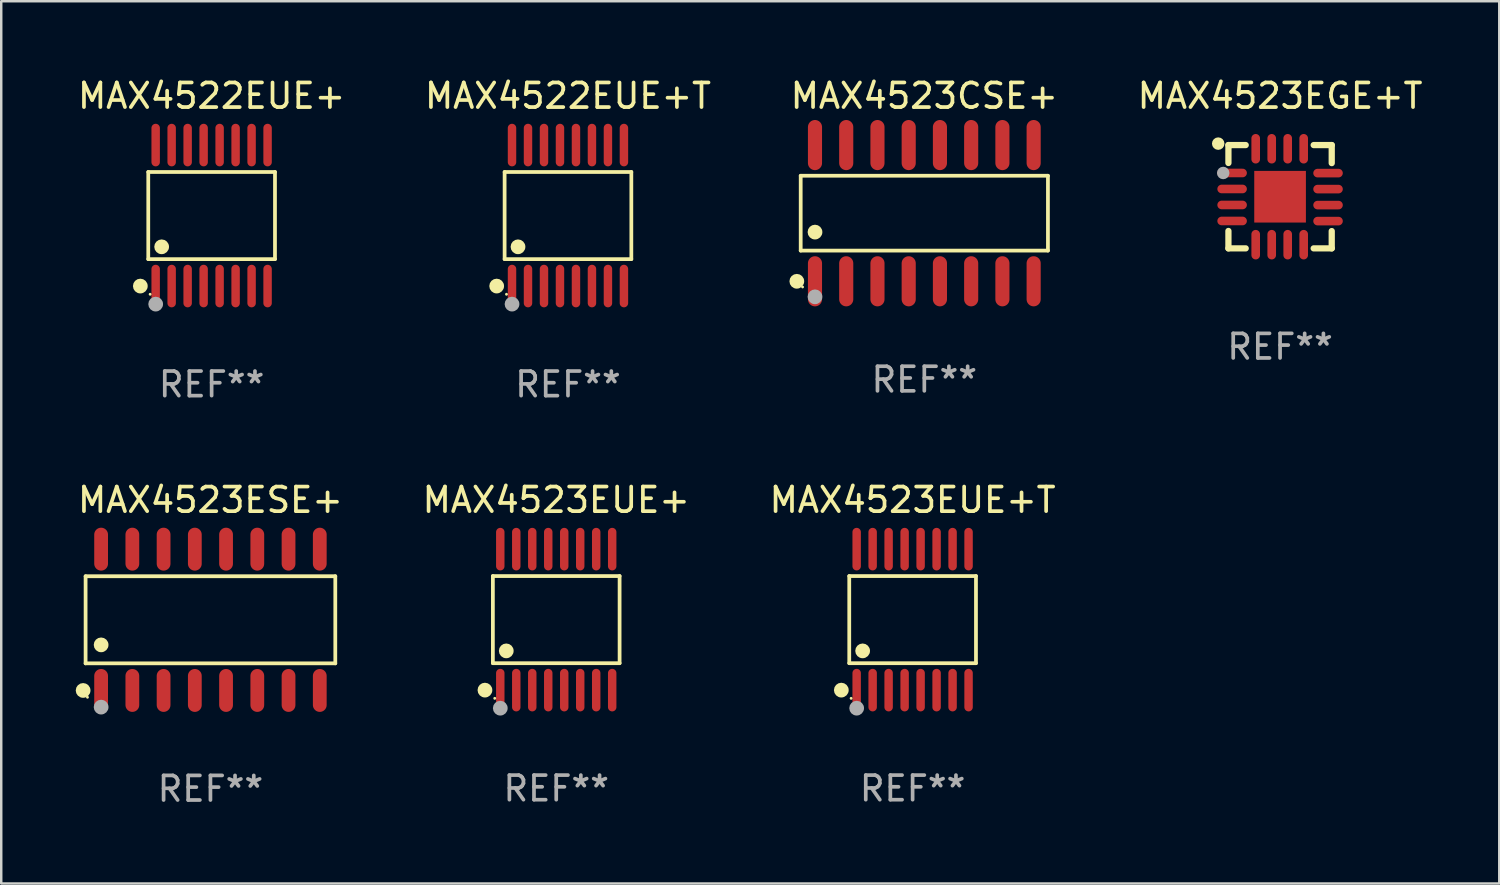
<source format=kicad_pcb>
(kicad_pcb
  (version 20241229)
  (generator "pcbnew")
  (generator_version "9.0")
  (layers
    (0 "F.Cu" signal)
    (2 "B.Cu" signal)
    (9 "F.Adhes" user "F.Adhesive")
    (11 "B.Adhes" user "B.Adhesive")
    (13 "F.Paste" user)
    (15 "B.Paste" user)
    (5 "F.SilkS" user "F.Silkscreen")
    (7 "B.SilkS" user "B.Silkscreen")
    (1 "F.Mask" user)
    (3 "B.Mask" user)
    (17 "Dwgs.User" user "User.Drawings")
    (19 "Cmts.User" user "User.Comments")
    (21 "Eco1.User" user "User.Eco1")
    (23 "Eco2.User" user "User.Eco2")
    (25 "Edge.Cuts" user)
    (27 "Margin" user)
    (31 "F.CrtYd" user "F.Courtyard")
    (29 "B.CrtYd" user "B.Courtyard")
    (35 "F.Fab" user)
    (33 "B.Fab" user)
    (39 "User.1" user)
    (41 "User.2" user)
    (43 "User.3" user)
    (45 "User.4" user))
  (footprint "MAX4522EUE+"
    (layer "F.Cu")
    (at 5.554 5.714)
    (property "Reference" "MAX4522EUE+" (at 0 -4.866 0) (layer "F.SilkS") (effects (font (size 1 1) (thickness 0.15))))
    (attr through_hole)
    (fp_line (start -2.576 -1.772) (end 2.576 -1.772) (stroke (width 0.152) (type solid)) (layer "F.SilkS"))
    (fp_line (start -2.576 1.771) (end -2.576 -1.772) (stroke (width 0.152) (type solid)) (layer "F.SilkS"))
    (fp_line (start 2.576 -1.772) (end 2.576 1.771) (stroke (width 0.152) (type solid)) (layer "F.SilkS"))
    (fp_line (start 2.576 1.771) (end -2.576 1.771) (stroke (width 0.152) (type solid)) (layer "F.SilkS"))
    (fp_circle (center -2.899 2.866) (end -2.749 2.866) (stroke (width 0.3) (type solid)) (fill no) (layer "F.SilkS"))
    (fp_circle (center -2.5 3.2) (end -2.47 3.2) (stroke (width 0.06) (type solid)) (fill no) (layer "F.SilkS"))
    (fp_circle (center -2.032 1.27) (end -1.882 1.27) (stroke (width 0.3) (type solid)) (fill no) (layer "F.SilkS"))
    (fp_circle (center -2.275 3.6) (end -2.125 3.6) (stroke (width 0.3) (type solid)) (fill no) (layer "F.Fab"))
    (fp_text user "REF**" (at 0 6.866 0) (layer "F.Fab") (effects (font (size 1 1) (thickness 0.15))))
    (pad "1" smd oval (at -2.275 2.866) (size 0.343 1.731) (layers "F.Cu" "F.Mask" "F.Paste"))
    (pad "2" smd oval (at -1.625 2.866) (size 0.343 1.731) (layers "F.Cu" "F.Mask" "F.Paste"))
    (pad "3" smd oval (at -0.975 2.866) (size 0.343 1.731) (layers "F.Cu" "F.Mask" "F.Paste"))
    (pad "4" smd oval (at -0.325 2.866) (size 0.343 1.731) (layers "F.Cu" "F.Mask" "F.Paste"))
    (pad "5" smd oval (at 0.325 2.866) (size 0.343 1.731) (layers "F.Cu" "F.Mask" "F.Paste"))
    (pad "6" smd oval (at 0.975 2.866) (size 0.343 1.731) (layers "F.Cu" "F.Mask" "F.Paste"))
    (pad "7" smd oval (at 1.625 2.866) (size 0.343 1.731) (layers "F.Cu" "F.Mask" "F.Paste"))
    (pad "8" smd oval (at 2.275 2.866) (size 0.343 1.731) (layers "F.Cu" "F.Mask" "F.Paste"))
    (pad "9" smd oval (at 2.275 -2.866) (size 0.343 1.731) (layers "F.Cu" "F.Mask" "F.Paste"))
    (pad "10" smd oval (at 1.625 -2.866) (size 0.343 1.731) (layers "F.Cu" "F.Mask" "F.Paste"))
    (pad "11" smd oval (at 0.975 -2.866) (size 0.343 1.731) (layers "F.Cu" "F.Mask" "F.Paste"))
    (pad "12" smd oval (at 0.325 -2.866) (size 0.343 1.731) (layers "F.Cu" "F.Mask" "F.Paste"))
    (pad "13" smd oval (at -0.325 -2.866) (size 0.343 1.731) (layers "F.Cu" "F.Mask" "F.Paste"))
    (pad "14" smd oval (at -0.975 -2.866) (size 0.343 1.731) (layers "F.Cu" "F.Mask" "F.Paste"))
    (pad "15" smd oval (at -1.625 -2.866) (size 0.343 1.731) (layers "F.Cu" "F.Mask" "F.Paste"))
    (pad "16" smd oval (at -2.275 -2.866) (size 0.343 1.731) (layers "F.Cu" "F.Mask" "F.Paste")))
  (footprint "MAX4523ESE+"
    (layer "F.Cu")
    (at 5.506 22.149)
    (property "Reference" "MAX4523ESE+" (at 0 -4.872 0) (layer "F.SilkS") (effects (font (size 1 1) (thickness 0.15))))
    (attr through_hole)
    (fp_line (start -5.076 -1.771) (end 5.076 -1.771) (stroke (width 0.152) (type solid)) (layer "F.SilkS"))
    (fp_line (start -5.076 1.771) (end -5.076 -1.771) (stroke (width 0.152) (type solid)) (layer "F.SilkS"))
    (fp_line (start 5.076 -1.771) (end 5.076 1.771) (stroke (width 0.152) (type solid)) (layer "F.SilkS"))
    (fp_line (start 5.076 1.771) (end -5.076 1.771) (stroke (width 0.152) (type solid)) (layer "F.SilkS"))
    (fp_circle (center -5.177 2.872) (end -5.027 2.872) (stroke (width 0.3) (type solid)) (fill no) (layer "F.SilkS"))
    (fp_circle (center -5 3.15) (end -4.97 3.15) (stroke (width 0.06) (type solid)) (fill no) (layer "F.SilkS"))
    (fp_circle (center -4.445 1.019) (end -4.295 1.019) (stroke (width 0.3) (type solid)) (fill no) (layer "F.SilkS"))
    (fp_circle (center -4.445 3.55) (end -4.295 3.55) (stroke (width 0.3) (type solid)) (fill no) (layer "F.Fab"))
    (fp_text user "REF**" (at 0 6.872 0) (layer "F.Fab") (effects (font (size 1 1) (thickness 0.15))))
    (pad "1" smd oval (at -4.445 2.872) (size 0.56 1.745) (layers "F.Cu" "F.Mask" "F.Paste"))
    (pad "2" smd oval (at -3.175 2.872) (size 0.56 1.745) (layers "F.Cu" "F.Mask" "F.Paste"))
    (pad "3" smd oval (at -1.905 2.872) (size 0.56 1.745) (layers "F.Cu" "F.Mask" "F.Paste"))
    (pad "4" smd oval (at -0.635 2.872) (size 0.56 1.745) (layers "F.Cu" "F.Mask" "F.Paste"))
    (pad "5" smd oval (at 0.635 2.872) (size 0.56 1.745) (layers "F.Cu" "F.Mask" "F.Paste"))
    (pad "6" smd oval (at 1.905 2.872) (size 0.56 1.745) (layers "F.Cu" "F.Mask" "F.Paste"))
    (pad "7" smd oval (at 3.175 2.872) (size 0.56 1.745) (layers "F.Cu" "F.Mask" "F.Paste"))
    (pad "8" smd oval (at 4.445 2.872) (size 0.56 1.745) (layers "F.Cu" "F.Mask" "F.Paste"))
    (pad "9" smd oval (at 4.445 -2.872) (size 0.56 1.745) (layers "F.Cu" "F.Mask" "F.Paste"))
    (pad "10" smd oval (at 3.175 -2.872) (size 0.56 1.745) (layers "F.Cu" "F.Mask" "F.Paste"))
    (pad "11" smd oval (at 1.905 -2.872) (size 0.56 1.745) (layers "F.Cu" "F.Mask" "F.Paste"))
    (pad "12" smd oval (at 0.635 -2.872) (size 0.56 1.745) (layers "F.Cu" "F.Mask" "F.Paste"))
    (pad "13" smd oval (at -0.635 -2.872) (size 0.56 1.745) (layers "F.Cu" "F.Mask" "F.Paste"))
    (pad "14" smd oval (at -1.905 -2.872) (size 0.56 1.745) (layers "F.Cu" "F.Mask" "F.Paste"))
    (pad "15" smd oval (at -3.175 -2.872) (size 0.56 1.745) (layers "F.Cu" "F.Mask" "F.Paste"))
    (pad "16" smd oval (at -4.445 -2.872) (size 0.56 1.745) (layers "F.Cu" "F.Mask" "F.Paste")))
  (footprint "MAX4522EUE+T"
    (layer "F.Cu")
    (at 20.042 5.714)
    (property "Reference" "MAX4522EUE+T" (at 0 -4.866 0) (layer "F.SilkS") (effects (font (size 1 1) (thickness 0.15))))
    (attr through_hole)
    (fp_line (start -2.576 -1.772) (end 2.576 -1.772) (stroke (width 0.152) (type solid)) (layer "F.SilkS"))
    (fp_line (start -2.576 1.771) (end -2.576 -1.772) (stroke (width 0.152) (type solid)) (layer "F.SilkS"))
    (fp_line (start 2.576 -1.772) (end 2.576 1.771) (stroke (width 0.152) (type solid)) (layer "F.SilkS"))
    (fp_line (start 2.576 1.771) (end -2.576 1.771) (stroke (width 0.152) (type solid)) (layer "F.SilkS"))
    (fp_circle (center -2.899 2.866) (end -2.749 2.866) (stroke (width 0.3) (type solid)) (fill no) (layer "F.SilkS"))
    (fp_circle (center -2.5 3.2) (end -2.47 3.2) (stroke (width 0.06) (type solid)) (fill no) (layer "F.SilkS"))
    (fp_circle (center -2.032 1.27) (end -1.882 1.27) (stroke (width 0.3) (type solid)) (fill no) (layer "F.SilkS"))
    (fp_circle (center -2.275 3.6) (end -2.125 3.6) (stroke (width 0.3) (type solid)) (fill no) (layer "F.Fab"))
    (fp_text user "REF**" (at 0 6.866 0) (layer "F.Fab") (effects (font (size 1 1) (thickness 0.15))))
    (pad "1" smd oval (at -2.275 2.866) (size 0.343 1.731) (layers "F.Cu" "F.Mask" "F.Paste"))
    (pad "2" smd oval (at -1.625 2.866) (size 0.343 1.731) (layers "F.Cu" "F.Mask" "F.Paste"))
    (pad "3" smd oval (at -0.975 2.866) (size 0.343 1.731) (layers "F.Cu" "F.Mask" "F.Paste"))
    (pad "4" smd oval (at -0.325 2.866) (size 0.343 1.731) (layers "F.Cu" "F.Mask" "F.Paste"))
    (pad "5" smd oval (at 0.325 2.866) (size 0.343 1.731) (layers "F.Cu" "F.Mask" "F.Paste"))
    (pad "6" smd oval (at 0.975 2.866) (size 0.343 1.731) (layers "F.Cu" "F.Mask" "F.Paste"))
    (pad "7" smd oval (at 1.625 2.866) (size 0.343 1.731) (layers "F.Cu" "F.Mask" "F.Paste"))
    (pad "8" smd oval (at 2.275 2.866) (size 0.343 1.731) (layers "F.Cu" "F.Mask" "F.Paste"))
    (pad "9" smd oval (at 2.275 -2.866) (size 0.343 1.731) (layers "F.Cu" "F.Mask" "F.Paste"))
    (pad "10" smd oval (at 1.625 -2.866) (size 0.343 1.731) (layers "F.Cu" "F.Mask" "F.Paste"))
    (pad "11" smd oval (at 0.975 -2.866) (size 0.343 1.731) (layers "F.Cu" "F.Mask" "F.Paste"))
    (pad "12" smd oval (at 0.325 -2.866) (size 0.343 1.731) (layers "F.Cu" "F.Mask" "F.Paste"))
    (pad "13" smd oval (at -0.325 -2.866) (size 0.343 1.731) (layers "F.Cu" "F.Mask" "F.Paste"))
    (pad "14" smd oval (at -0.975 -2.866) (size 0.343 1.731) (layers "F.Cu" "F.Mask" "F.Paste"))
    (pad "15" smd oval (at -1.625 -2.866) (size 0.343 1.731) (layers "F.Cu" "F.Mask" "F.Paste"))
    (pad "16" smd oval (at -2.275 -2.866) (size 0.343 1.731) (layers "F.Cu" "F.Mask" "F.Paste")))
  (footprint "MAX4523CSE+"
    (layer "F.Cu")
    (at 34.53 5.617)
    (property "Reference" "MAX4523CSE+" (at 0 -4.769 0) (layer "F.SilkS") (effects (font (size 1 1) (thickness 0.15))))
    (attr through_hole)
    (fp_line (start -5.026 -1.521) (end 5.026 -1.521) (stroke (width 0.152) (type solid)) (layer "F.SilkS"))
    (fp_line (start -5.026 1.521) (end -5.026 -1.521) (stroke (width 0.152) (type solid)) (layer "F.SilkS"))
    (fp_line (start 5.026 -1.521) (end 5.026 1.521) (stroke (width 0.152) (type solid)) (layer "F.SilkS"))
    (fp_line (start 5.026 1.521) (end -5.026 1.521) (stroke (width 0.152) (type solid)) (layer "F.SilkS"))
    (fp_circle (center -5.184 2.769) (end -5.034 2.769) (stroke (width 0.3) (type solid)) (fill no) (layer "F.SilkS"))
    (fp_circle (center -4.95 3) (end -4.92 3) (stroke (width 0.06) (type solid)) (fill no) (layer "F.SilkS"))
    (fp_circle (center -4.445 0.769) (end -4.295 0.769) (stroke (width 0.3) (type solid)) (fill no) (layer "F.SilkS"))
    (fp_circle (center -4.445 3.4) (end -4.295 3.4) (stroke (width 0.3) (type solid)) (fill no) (layer "F.Fab"))
    (fp_text user "REF**" (at 0 6.769 0) (layer "F.Fab") (effects (font (size 1 1) (thickness 0.15))))
    (pad "1" smd oval (at -4.445 2.769) (size 0.574 2.038) (layers "F.Cu" "F.Mask" "F.Paste"))
    (pad "2" smd oval (at -3.175 2.769) (size 0.574 2.038) (layers "F.Cu" "F.Mask" "F.Paste"))
    (pad "3" smd oval (at -1.905 2.769) (size 0.574 2.038) (layers "F.Cu" "F.Mask" "F.Paste"))
    (pad "4" smd oval (at -0.635 2.769) (size 0.574 2.038) (layers "F.Cu" "F.Mask" "F.Paste"))
    (pad "5" smd oval (at 0.635 2.769) (size 0.574 2.038) (layers "F.Cu" "F.Mask" "F.Paste"))
    (pad "6" smd oval (at 1.905 2.769) (size 0.574 2.038) (layers "F.Cu" "F.Mask" "F.Paste"))
    (pad "7" smd oval (at 3.175 2.769) (size 0.574 2.038) (layers "F.Cu" "F.Mask" "F.Paste"))
    (pad "8" smd oval (at 4.445 2.769) (size 0.574 2.038) (layers "F.Cu" "F.Mask" "F.Paste"))
    (pad "9" smd oval (at 4.445 -2.769) (size 0.574 2.038) (layers "F.Cu" "F.Mask" "F.Paste"))
    (pad "10" smd oval (at 3.175 -2.769) (size 0.574 2.038) (layers "F.Cu" "F.Mask" "F.Paste"))
    (pad "11" smd oval (at 1.905 -2.769) (size 0.574 2.038) (layers "F.Cu" "F.Mask" "F.Paste"))
    (pad "12" smd oval (at 0.635 -2.769) (size 0.574 2.038) (layers "F.Cu" "F.Mask" "F.Paste"))
    (pad "13" smd oval (at -0.635 -2.769) (size 0.574 2.038) (layers "F.Cu" "F.Mask" "F.Paste"))
    (pad "14" smd oval (at -1.905 -2.769) (size 0.574 2.038) (layers "F.Cu" "F.Mask" "F.Paste"))
    (pad "15" smd oval (at -3.175 -2.769) (size 0.574 2.038) (layers "F.Cu" "F.Mask" "F.Paste"))
    (pad "16" smd oval (at -4.445 -2.769) (size 0.574 2.038) (layers "F.Cu" "F.Mask" "F.Paste")))
  (footprint "MAX4523EUE+"
    (layer "F.Cu")
    (at 19.565 22.142)
    (property "Reference" "MAX4523EUE+" (at 0 -4.866 0) (layer "F.SilkS") (effects (font (size 1 1) (thickness 0.15))))
    (attr through_hole)
    (fp_line (start -2.576 -1.772) (end 2.576 -1.772) (stroke (width 0.152) (type solid)) (layer "F.SilkS"))
    (fp_line (start -2.576 1.771) (end -2.576 -1.772) (stroke (width 0.152) (type solid)) (layer "F.SilkS"))
    (fp_line (start 2.576 -1.772) (end 2.576 1.771) (stroke (width 0.152) (type solid)) (layer "F.SilkS"))
    (fp_line (start 2.576 1.771) (end -2.576 1.771) (stroke (width 0.152) (type solid)) (layer "F.SilkS"))
    (fp_circle (center -2.899 2.866) (end -2.749 2.866) (stroke (width 0.3) (type solid)) (fill no) (layer "F.SilkS"))
    (fp_circle (center -2.5 3.2) (end -2.47 3.2) (stroke (width 0.06) (type solid)) (fill no) (layer "F.SilkS"))
    (fp_circle (center -2.032 1.27) (end -1.882 1.27) (stroke (width 0.3) (type solid)) (fill no) (layer "F.SilkS"))
    (fp_circle (center -2.275 3.6) (end -2.125 3.6) (stroke (width 0.3) (type solid)) (fill no) (layer "F.Fab"))
    (fp_text user "REF**" (at 0 6.866 0) (layer "F.Fab") (effects (font (size 1 1) (thickness 0.15))))
    (pad "1" smd oval (at -2.275 2.866) (size 0.343 1.731) (layers "F.Cu" "F.Mask" "F.Paste"))
    (pad "2" smd oval (at -1.625 2.866) (size 0.343 1.731) (layers "F.Cu" "F.Mask" "F.Paste"))
    (pad "3" smd oval (at -0.975 2.866) (size 0.343 1.731) (layers "F.Cu" "F.Mask" "F.Paste"))
    (pad "4" smd oval (at -0.325 2.866) (size 0.343 1.731) (layers "F.Cu" "F.Mask" "F.Paste"))
    (pad "5" smd oval (at 0.325 2.866) (size 0.343 1.731) (layers "F.Cu" "F.Mask" "F.Paste"))
    (pad "6" smd oval (at 0.975 2.866) (size 0.343 1.731) (layers "F.Cu" "F.Mask" "F.Paste"))
    (pad "7" smd oval (at 1.625 2.866) (size 0.343 1.731) (layers "F.Cu" "F.Mask" "F.Paste"))
    (pad "8" smd oval (at 2.275 2.866) (size 0.343 1.731) (layers "F.Cu" "F.Mask" "F.Paste"))
    (pad "9" smd oval (at 2.275 -2.866) (size 0.343 1.731) (layers "F.Cu" "F.Mask" "F.Paste"))
    (pad "10" smd oval (at 1.625 -2.866) (size 0.343 1.731) (layers "F.Cu" "F.Mask" "F.Paste"))
    (pad "11" smd oval (at 0.975 -2.866) (size 0.343 1.731) (layers "F.Cu" "F.Mask" "F.Paste"))
    (pad "12" smd oval (at 0.325 -2.866) (size 0.343 1.731) (layers "F.Cu" "F.Mask" "F.Paste"))
    (pad "13" smd oval (at -0.325 -2.866) (size 0.343 1.731) (layers "F.Cu" "F.Mask" "F.Paste"))
    (pad "14" smd oval (at -0.975 -2.866) (size 0.343 1.731) (layers "F.Cu" "F.Mask" "F.Paste"))
    (pad "15" smd oval (at -1.625 -2.866) (size 0.343 1.731) (layers "F.Cu" "F.Mask" "F.Paste"))
    (pad "16" smd oval (at -2.275 -2.866) (size 0.343 1.731) (layers "F.Cu" "F.Mask" "F.Paste")))
  (footprint "MAX4523EGE+T"
    (layer "F.Cu")
    (at 48.994 4.948)
    (property "Reference" "MAX4523EGE+T" (at 0 -4.1 0) (layer "F.SilkS") (effects (font (size 1 1) (thickness 0.15))))
    (attr through_hole)
    (fp_line (start -2.1 -2.1) (end -2.1 -1.371) (stroke (width 0.254) (type solid)) (layer "F.SilkS"))
    (fp_line (start -2.1 -2.1) (end -1.397 -2.1) (stroke (width 0.254) (type solid)) (layer "F.SilkS"))
    (fp_line (start -2.1 1.392) (end -2.1 2.1) (stroke (width 0.254) (type solid)) (layer "F.SilkS"))
    (fp_line (start -2.1 2.1) (end -1.397 2.1) (stroke (width 0.254) (type solid)) (layer "F.SilkS"))
    (fp_line (start 1.366 -2.1) (end 2.1 -2.1) (stroke (width 0.254) (type solid)) (layer "F.SilkS"))
    (fp_line (start 1.366 2.1) (end 2.1 2.1) (stroke (width 0.254) (type solid)) (layer "F.SilkS"))
    (fp_line (start 2.1 -2.1) (end 2.1 -1.366) (stroke (width 0.254) (type solid)) (layer "F.SilkS"))
    (fp_line (start 2.1 1.397) (end 2.1 2.1) (stroke (width 0.254) (type solid)) (layer "F.SilkS"))
    (fp_circle (center -2.515 -2.159) (end -2.388 -2.159) (stroke (width 0.254) (type solid)) (fill no) (layer "F.SilkS"))
    (fp_circle (center -2.045 -1.97) (end -2.015 -1.97) (stroke (width 0.06) (type solid)) (fill no) (layer "F.SilkS"))
    (fp_circle (center -2.312 -0.965) (end -2.185 -0.965) (stroke (width 0.254) (type solid)) (fill no) (layer "F.Fab"))
    (fp_text user "REF**" (at 0 6.1 0) (layer "F.Fab") (effects (font (size 1 1) (thickness 0.15))))
    (pad "1" smd oval (at -1.95 -0.965 270) (size 0.35 1.2) (layers "F.Cu" "F.Mask" "F.Paste"))
    (pad "2" smd oval (at -1.95 -0.315 270) (size 0.35 1.2) (layers "F.Cu" "F.Mask" "F.Paste"))
    (pad "3" smd oval (at -1.95 0.335 270) (size 0.35 1.2) (layers "F.Cu" "F.Mask" "F.Paste"))
    (pad "4" smd oval (at -1.95 0.986 270) (size 0.35 1.2) (layers "F.Cu" "F.Mask" "F.Paste"))
    (pad "5" smd oval (at -0.991 1.95) (size 0.35 1.2) (layers "F.Cu" "F.Mask" "F.Paste"))
    (pad "6" smd oval (at -0.34 1.95) (size 0.35 1.2) (layers "F.Cu" "F.Mask" "F.Paste"))
    (pad "7" smd oval (at 0.31 1.95) (size 0.35 1.2) (layers "F.Cu" "F.Mask" "F.Paste"))
    (pad "8" smd oval (at 0.96 1.95) (size 0.35 1.2) (layers "F.Cu" "F.Mask" "F.Paste"))
    (pad "9" smd oval (at 1.95 0.991 270) (size 0.35 1.2) (layers "F.Cu" "F.Mask" "F.Paste"))
    (pad "10" smd oval (at 1.95 0.34 270) (size 0.35 1.2) (layers "F.Cu" "F.Mask" "F.Paste"))
    (pad "11" smd oval (at 1.95 -0.31 270) (size 0.35 1.2) (layers "F.Cu" "F.Mask" "F.Paste"))
    (pad "12" smd oval (at 1.95 -0.96 270) (size 0.35 1.2) (layers "F.Cu" "F.Mask" "F.Paste"))
    (pad "13" smd oval (at 0.96 -1.95) (size 0.35 1.2) (layers "F.Cu" "F.Mask" "F.Paste"))
    (pad "14" smd oval (at 0.31 -1.95) (size 0.35 1.2) (layers "F.Cu" "F.Mask" "F.Paste"))
    (pad "15" smd oval (at -0.34 -1.95) (size 0.35 1.2) (layers "F.Cu" "F.Mask" "F.Paste"))
    (pad "16" smd oval (at -0.991 -1.95) (size 0.35 1.2) (layers "F.Cu" "F.Mask" "F.Paste"))
    (pad "17" smd rect (at 0 0) (size 2.1 2.1) (layers "F.Cu" "F.Mask" "F.Paste")))
  (footprint "MAX4523EUE+T"
    (layer "F.Cu")
    (at 34.054 22.142)
    (property "Reference" "MAX4523EUE+T" (at 0 -4.866 0) (layer "F.SilkS") (effects (font (size 1 1) (thickness 0.15))))
    (attr through_hole)
    (fp_line (start -2.576 -1.772) (end 2.576 -1.772) (stroke (width 0.152) (type solid)) (layer "F.SilkS"))
    (fp_line (start -2.576 1.771) (end -2.576 -1.772) (stroke (width 0.152) (type solid)) (layer "F.SilkS"))
    (fp_line (start 2.576 -1.772) (end 2.576 1.771) (stroke (width 0.152) (type solid)) (layer "F.SilkS"))
    (fp_line (start 2.576 1.771) (end -2.576 1.771) (stroke (width 0.152) (type solid)) (layer "F.SilkS"))
    (fp_circle (center -2.899 2.866) (end -2.749 2.866) (stroke (width 0.3) (type solid)) (fill no) (layer "F.SilkS"))
    (fp_circle (center -2.5 3.2) (end -2.47 3.2) (stroke (width 0.06) (type solid)) (fill no) (layer "F.SilkS"))
    (fp_circle (center -2.032 1.27) (end -1.882 1.27) (stroke (width 0.3) (type solid)) (fill no) (layer "F.SilkS"))
    (fp_circle (center -2.275 3.6) (end -2.125 3.6) (stroke (width 0.3) (type solid)) (fill no) (layer "F.Fab"))
    (fp_text user "REF**" (at 0 6.866 0) (layer "F.Fab") (effects (font (size 1 1) (thickness 0.15))))
    (pad "1" smd oval (at -2.275 2.866) (size 0.343 1.731) (layers "F.Cu" "F.Mask" "F.Paste"))
    (pad "2" smd oval (at -1.625 2.866) (size 0.343 1.731) (layers "F.Cu" "F.Mask" "F.Paste"))
    (pad "3" smd oval (at -0.975 2.866) (size 0.343 1.731) (layers "F.Cu" "F.Mask" "F.Paste"))
    (pad "4" smd oval (at -0.325 2.866) (size 0.343 1.731) (layers "F.Cu" "F.Mask" "F.Paste"))
    (pad "5" smd oval (at 0.325 2.866) (size 0.343 1.731) (layers "F.Cu" "F.Mask" "F.Paste"))
    (pad "6" smd oval (at 0.975 2.866) (size 0.343 1.731) (layers "F.Cu" "F.Mask" "F.Paste"))
    (pad "7" smd oval (at 1.625 2.866) (size 0.343 1.731) (layers "F.Cu" "F.Mask" "F.Paste"))
    (pad "8" smd oval (at 2.275 2.866) (size 0.343 1.731) (layers "F.Cu" "F.Mask" "F.Paste"))
    (pad "9" smd oval (at 2.275 -2.866) (size 0.343 1.731) (layers "F.Cu" "F.Mask" "F.Paste"))
    (pad "10" smd oval (at 1.625 -2.866) (size 0.343 1.731) (layers "F.Cu" "F.Mask" "F.Paste"))
    (pad "11" smd oval (at 0.975 -2.866) (size 0.343 1.731) (layers "F.Cu" "F.Mask" "F.Paste"))
    (pad "12" smd oval (at 0.325 -2.866) (size 0.343 1.731) (layers "F.Cu" "F.Mask" "F.Paste"))
    (pad "13" smd oval (at -0.325 -2.866) (size 0.343 1.731) (layers "F.Cu" "F.Mask" "F.Paste"))
    (pad "14" smd oval (at -0.975 -2.866) (size 0.343 1.731) (layers "F.Cu" "F.Mask" "F.Paste"))
    (pad "15" smd oval (at -1.625 -2.866) (size 0.343 1.731) (layers "F.Cu" "F.Mask" "F.Paste"))
    (pad "16" smd oval (at -2.275 -2.866) (size 0.343 1.731) (layers "F.Cu" "F.Mask" "F.Paste")))
  (gr_rect
    (start -3 -3)
    (end 57.905 32.87)
    (stroke (width 0.1) (type default))
    (fill no)
    (layer "Edge.Cuts")))
</source>
